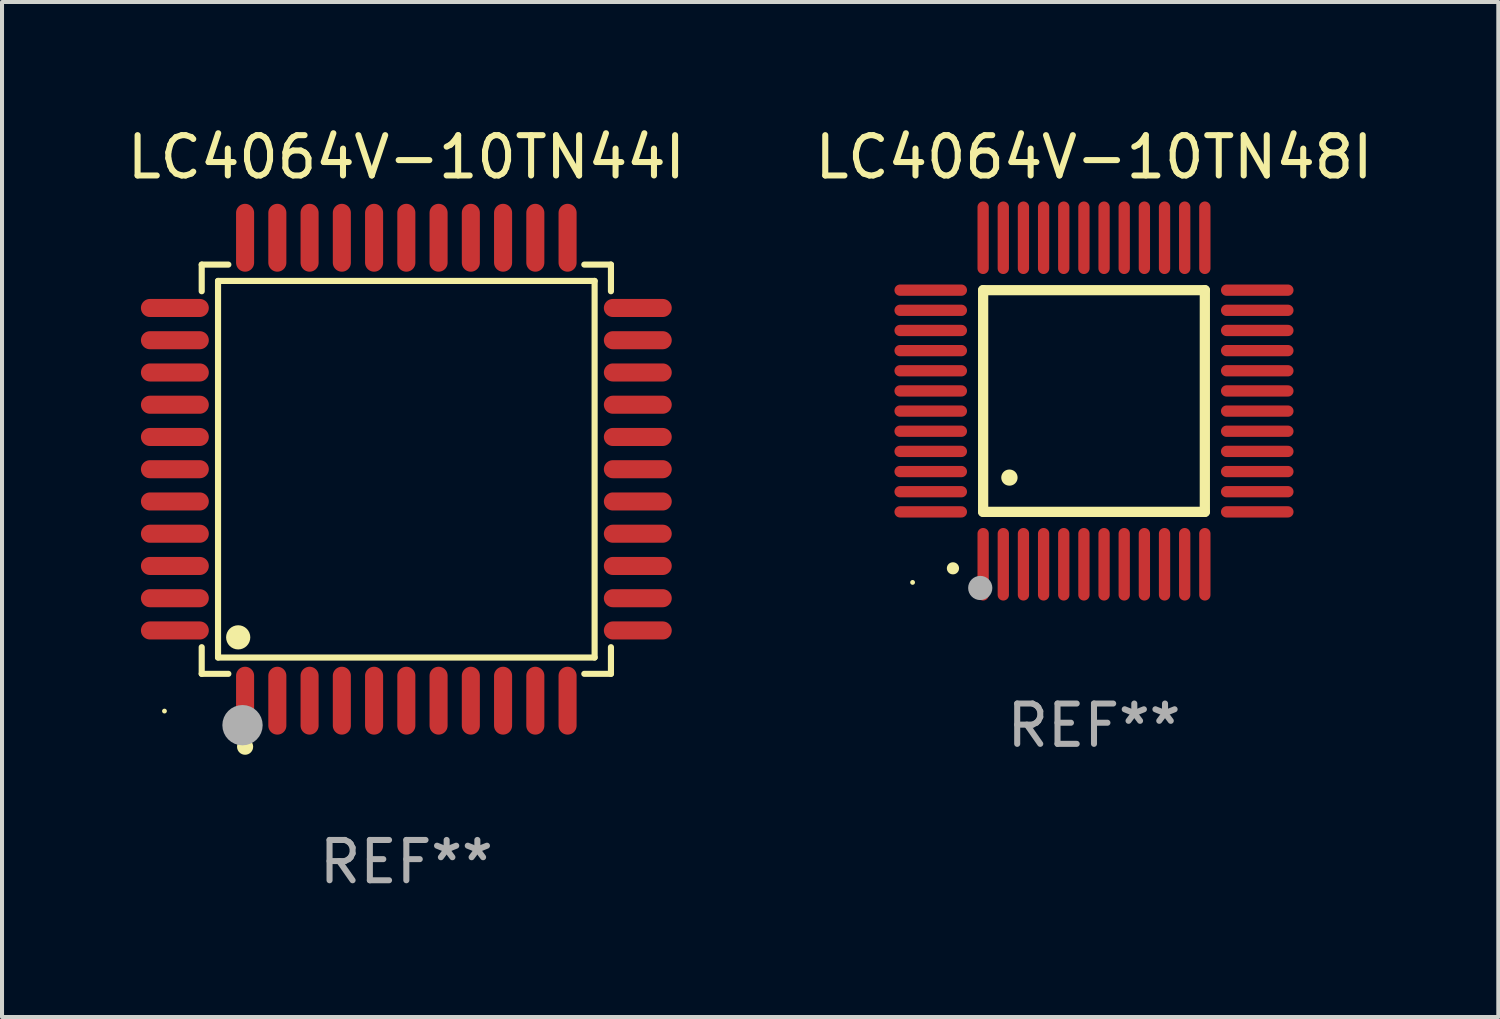
<source format=kicad_pcb>
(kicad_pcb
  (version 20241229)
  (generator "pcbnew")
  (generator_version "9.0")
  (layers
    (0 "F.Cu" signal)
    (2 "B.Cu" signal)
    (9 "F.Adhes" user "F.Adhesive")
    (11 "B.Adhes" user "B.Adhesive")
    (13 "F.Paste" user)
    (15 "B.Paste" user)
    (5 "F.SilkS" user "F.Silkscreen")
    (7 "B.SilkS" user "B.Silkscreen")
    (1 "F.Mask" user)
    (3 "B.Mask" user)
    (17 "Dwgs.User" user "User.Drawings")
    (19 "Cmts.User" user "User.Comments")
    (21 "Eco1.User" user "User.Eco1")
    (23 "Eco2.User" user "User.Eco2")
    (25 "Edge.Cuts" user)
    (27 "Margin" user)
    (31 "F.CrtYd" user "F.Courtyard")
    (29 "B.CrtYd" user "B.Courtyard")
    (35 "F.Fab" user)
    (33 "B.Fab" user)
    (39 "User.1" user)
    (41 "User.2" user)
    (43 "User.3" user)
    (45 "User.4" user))
  (footprint "LC4064V-10TN44I"
    (layer "F.Cu")
    (at 7.03 8.59)
    (property "Reference" "LC4064V-10TN44I" (at 0 -7.742 0) (layer "F.SilkS") (effects (font (size 1 1) (thickness 0.15))))
    (attr through_hole)
    (fp_line (start -5.076 -5.076) (end -4.415 -5.076) (stroke (width 0.152) (type solid)) (layer "F.SilkS"))
    (fp_line (start -5.076 -4.415) (end -5.076 -5.076) (stroke (width 0.152) (type solid)) (layer "F.SilkS"))
    (fp_line (start -5.076 4.415) (end -5.076 5.076) (stroke (width 0.152) (type solid)) (layer "F.SilkS"))
    (fp_line (start -5.076 5.076) (end -4.415 5.076) (stroke (width 0.152) (type solid)) (layer "F.SilkS"))
    (fp_line (start -4.671 -4.671) (end 4.671 -4.671) (stroke (width 0.152) (type solid)) (layer "F.SilkS"))
    (fp_line (start -4.671 4.671) (end -4.671 -4.671) (stroke (width 0.152) (type solid)) (layer "F.SilkS"))
    (fp_line (start 4.671 -4.671) (end 4.671 4.671) (stroke (width 0.152) (type solid)) (layer "F.SilkS"))
    (fp_line (start 4.671 4.671) (end -4.671 4.671) (stroke (width 0.152) (type solid)) (layer "F.SilkS"))
    (fp_line (start 5.076 -5.076) (end 4.415 -5.076) (stroke (width 0.152) (type solid)) (layer "F.SilkS"))
    (fp_line (start 5.076 -4.415) (end 5.076 -5.076) (stroke (width 0.152) (type solid)) (layer "F.SilkS"))
    (fp_line (start 5.076 4.415) (end 5.076 5.076) (stroke (width 0.152) (type solid)) (layer "F.SilkS"))
    (fp_line (start 5.076 5.076) (end 4.415 5.076) (stroke (width 0.152) (type solid)) (layer "F.SilkS"))
    (fp_circle (center -6 6) (end -5.97 6) (stroke (width 0.06) (type solid)) (fill no) (layer "F.SilkS"))
    (fp_circle (center -4.171 4.171) (end -4.021 4.171) (stroke (width 0.3) (type solid)) (fill no) (layer "F.SilkS"))
    (fp_circle (center -4 6.884) (end -3.9 6.884) (stroke (width 0.2) (type solid)) (fill no) (layer "F.SilkS"))
    (fp_circle (center -4.064 6.35) (end -3.814 6.35) (stroke (width 0.5) (type solid)) (fill no) (layer "F.Fab"))
    (fp_text user "REF**" (at 0 9.742 0) (layer "F.Fab") (effects (font (size 1 1) (thickness 0.15))))
    (pad "1" smd oval (at -4 5.742) (size 0.448 1.684) (layers "F.Cu" "F.Mask" "F.Paste"))
    (pad "2" smd oval (at -3.2 5.742) (size 0.448 1.684) (layers "F.Cu" "F.Mask" "F.Paste"))
    (pad "3" smd oval (at -2.4 5.742) (size 0.448 1.684) (layers "F.Cu" "F.Mask" "F.Paste"))
    (pad "4" smd oval (at -1.6 5.742) (size 0.448 1.684) (layers "F.Cu" "F.Mask" "F.Paste"))
    (pad "5" smd oval (at -0.8 5.742) (size 0.448 1.684) (layers "F.Cu" "F.Mask" "F.Paste"))
    (pad "6" smd oval (at 0 5.742) (size 0.448 1.684) (layers "F.Cu" "F.Mask" "F.Paste"))
    (pad "7" smd oval (at 0.8 5.742) (size 0.448 1.684) (layers "F.Cu" "F.Mask" "F.Paste"))
    (pad "8" smd oval (at 1.6 5.742) (size 0.448 1.684) (layers "F.Cu" "F.Mask" "F.Paste"))
    (pad "9" smd oval (at 2.4 5.742) (size 0.448 1.684) (layers "F.Cu" "F.Mask" "F.Paste"))
    (pad "10" smd oval (at 3.2 5.742) (size 0.448 1.684) (layers "F.Cu" "F.Mask" "F.Paste"))
    (pad "11" smd oval (at 4 5.742) (size 0.448 1.684) (layers "F.Cu" "F.Mask" "F.Paste"))
    (pad "12" smd oval (at 5.742 4) (size 1.684 0.448) (layers "F.Cu" "F.Mask" "F.Paste"))
    (pad "13" smd oval (at 5.742 3.2) (size 1.684 0.448) (layers "F.Cu" "F.Mask" "F.Paste"))
    (pad "14" smd oval (at 5.742 2.4) (size 1.684 0.448) (layers "F.Cu" "F.Mask" "F.Paste"))
    (pad "15" smd oval (at 5.742 1.6) (size 1.684 0.448) (layers "F.Cu" "F.Mask" "F.Paste"))
    (pad "16" smd oval (at 5.742 0.8) (size 1.684 0.448) (layers "F.Cu" "F.Mask" "F.Paste"))
    (pad "17" smd oval (at 5.742 0) (size 1.684 0.448) (layers "F.Cu" "F.Mask" "F.Paste"))
    (pad "18" smd oval (at 5.742 -0.8) (size 1.684 0.448) (layers "F.Cu" "F.Mask" "F.Paste"))
    (pad "19" smd oval (at 5.742 -1.6) (size 1.684 0.448) (layers "F.Cu" "F.Mask" "F.Paste"))
    (pad "20" smd oval (at 5.742 -2.4) (size 1.684 0.448) (layers "F.Cu" "F.Mask" "F.Paste"))
    (pad "21" smd oval (at 5.742 -3.2) (size 1.684 0.448) (layers "F.Cu" "F.Mask" "F.Paste"))
    (pad "22" smd oval (at 5.742 -4) (size 1.684 0.448) (layers "F.Cu" "F.Mask" "F.Paste"))
    (pad "23" smd oval (at 4 -5.742) (size 0.448 1.684) (layers "F.Cu" "F.Mask" "F.Paste"))
    (pad "24" smd oval (at 3.2 -5.742) (size 0.448 1.684) (layers "F.Cu" "F.Mask" "F.Paste"))
    (pad "25" smd oval (at 2.4 -5.742) (size 0.448 1.684) (layers "F.Cu" "F.Mask" "F.Paste"))
    (pad "26" smd oval (at 1.6 -5.742) (size 0.448 1.684) (layers "F.Cu" "F.Mask" "F.Paste"))
    (pad "27" smd oval (at 0.8 -5.742) (size 0.448 1.684) (layers "F.Cu" "F.Mask" "F.Paste"))
    (pad "28" smd oval (at 0 -5.742) (size 0.448 1.684) (layers "F.Cu" "F.Mask" "F.Paste"))
    (pad "29" smd oval (at -0.8 -5.742) (size 0.448 1.684) (layers "F.Cu" "F.Mask" "F.Paste"))
    (pad "30" smd oval (at -1.6 -5.742) (size 0.448 1.684) (layers "F.Cu" "F.Mask" "F.Paste"))
    (pad "31" smd oval (at -2.4 -5.742) (size 0.448 1.684) (layers "F.Cu" "F.Mask" "F.Paste"))
    (pad "32" smd oval (at -3.2 -5.742) (size 0.448 1.684) (layers "F.Cu" "F.Mask" "F.Paste"))
    (pad "33" smd oval (at -4 -5.742) (size 0.448 1.684) (layers "F.Cu" "F.Mask" "F.Paste"))
    (pad "34" smd oval (at -5.742 -4) (size 1.684 0.448) (layers "F.Cu" "F.Mask" "F.Paste"))
    (pad "35" smd oval (at -5.742 -3.2) (size 1.684 0.448) (layers "F.Cu" "F.Mask" "F.Paste"))
    (pad "36" smd oval (at -5.742 -2.4) (size 1.684 0.448) (layers "F.Cu" "F.Mask" "F.Paste"))
    (pad "37" smd oval (at -5.742 -1.6) (size 1.684 0.448) (layers "F.Cu" "F.Mask" "F.Paste"))
    (pad "38" smd oval (at -5.742 -0.8) (size 1.684 0.448) (layers "F.Cu" "F.Mask" "F.Paste"))
    (pad "39" smd oval (at -5.742 0) (size 1.684 0.448) (layers "F.Cu" "F.Mask" "F.Paste"))
    (pad "40" smd oval (at -5.742 0.8) (size 1.684 0.448) (layers "F.Cu" "F.Mask" "F.Paste"))
    (pad "41" smd oval (at -5.742 1.6) (size 1.684 0.448) (layers "F.Cu" "F.Mask" "F.Paste"))
    (pad "42" smd oval (at -5.742 2.4) (size 1.684 0.448) (layers "F.Cu" "F.Mask" "F.Paste"))
    (pad "43" smd oval (at -5.742 3.2) (size 1.684 0.448) (layers "F.Cu" "F.Mask" "F.Paste"))
    (pad "44" smd oval (at -5.742 4) (size 1.684 0.448) (layers "F.Cu" "F.Mask" "F.Paste")))
  (footprint "LC4064V-10TN48I"
    (layer "F.Cu")
    (at 24.089 6.898)
    (property "Reference" "LC4064V-10TN48I" (at 0 -6.05 0) (layer "F.SilkS") (effects (font (size 1 1) (thickness 0.15))))
    (attr through_hole)
    (fp_line (start -2.75 -2.75) (end 2.75 -2.75) (stroke (width 0.254) (type solid)) (layer "F.SilkS"))
    (fp_line (start -2.75 2.75) (end -2.75 -2.75) (stroke (width 0.254) (type solid)) (layer "F.SilkS"))
    (fp_line (start 2.75 -2.75) (end 2.75 2.75) (stroke (width 0.254) (type solid)) (layer "F.SilkS"))
    (fp_line (start 2.75 2.75) (end -2.75 2.75) (stroke (width 0.254) (type solid)) (layer "F.SilkS"))
    (fp_arc (start -3.500127 4.150368) (mid -3.498857 4.150363) (end -3.497587 4.150368) (stroke (width 0.3) (type solid)) (layer "F.SilkS"))
    (fp_arc (start -2.100584 1.899924) (mid -2.098044 1.899908) (end -2.095504 1.899924) (stroke (width 0.4) (type solid)) (layer "F.SilkS"))
    (fp_circle (center -4.5 4.5) (end -4.47 4.5) (stroke (width 0.06) (type solid)) (fill no) (layer "F.SilkS"))
    (fp_circle (center -2.822 4.638) (end -2.672 4.638) (stroke (width 0.3) (type solid)) (fill no) (layer "F.Fab"))
    (fp_text user "REF**" (at 0 8.05 0) (layer "F.Fab") (effects (font (size 1 1) (thickness 0.15))))
    (pad "1" smd oval (at -2.75 4.05) (size 0.28 1.8) (layers "F.Cu" "F.Mask" "F.Paste"))
    (pad "2" smd oval (at -2.25 4.05) (size 0.28 1.8) (layers "F.Cu" "F.Mask" "F.Paste"))
    (pad "3" smd oval (at -1.75 4.05) (size 0.28 1.8) (layers "F.Cu" "F.Mask" "F.Paste"))
    (pad "4" smd oval (at -1.25 4.05) (size 0.28 1.8) (layers "F.Cu" "F.Mask" "F.Paste"))
    (pad "5" smd oval (at -0.75 4.05) (size 0.28 1.8) (layers "F.Cu" "F.Mask" "F.Paste"))
    (pad "6" smd oval (at -0.25 4.05) (size 0.28 1.8) (layers "F.Cu" "F.Mask" "F.Paste"))
    (pad "7" smd oval (at 0.25 4.05) (size 0.28 1.8) (layers "F.Cu" "F.Mask" "F.Paste"))
    (pad "8" smd oval (at 0.75 4.05) (size 0.28 1.8) (layers "F.Cu" "F.Mask" "F.Paste"))
    (pad "9" smd oval (at 1.25 4.05) (size 0.28 1.8) (layers "F.Cu" "F.Mask" "F.Paste"))
    (pad "10" smd oval (at 1.75 4.05) (size 0.28 1.8) (layers "F.Cu" "F.Mask" "F.Paste"))
    (pad "11" smd oval (at 2.25 4.05) (size 0.28 1.8) (layers "F.Cu" "F.Mask" "F.Paste"))
    (pad "12" smd oval (at 2.75 4.05) (size 0.28 1.8) (layers "F.Cu" "F.Mask" "F.Paste"))
    (pad "13" smd oval (at 4.05 2.75) (size 1.8 0.28) (layers "F.Cu" "F.Mask" "F.Paste"))
    (pad "14" smd oval (at 4.05 2.25) (size 1.8 0.28) (layers "F.Cu" "F.Mask" "F.Paste"))
    (pad "15" smd oval (at 4.05 1.75) (size 1.8 0.28) (layers "F.Cu" "F.Mask" "F.Paste"))
    (pad "16" smd oval (at 4.05 1.25) (size 1.8 0.28) (layers "F.Cu" "F.Mask" "F.Paste"))
    (pad "17" smd oval (at 4.05 0.75) (size 1.8 0.28) (layers "F.Cu" "F.Mask" "F.Paste"))
    (pad "18" smd oval (at 4.05 0.25) (size 1.8 0.28) (layers "F.Cu" "F.Mask" "F.Paste"))
    (pad "19" smd oval (at 4.05 -0.25) (size 1.8 0.28) (layers "F.Cu" "F.Mask" "F.Paste"))
    (pad "20" smd oval (at 4.05 -0.75) (size 1.8 0.28) (layers "F.Cu" "F.Mask" "F.Paste"))
    (pad "21" smd oval (at 4.05 -1.25) (size 1.8 0.28) (layers "F.Cu" "F.Mask" "F.Paste"))
    (pad "22" smd oval (at 4.05 -1.75) (size 1.8 0.28) (layers "F.Cu" "F.Mask" "F.Paste"))
    (pad "23" smd oval (at 4.05 -2.25) (size 1.8 0.28) (layers "F.Cu" "F.Mask" "F.Paste"))
    (pad "24" smd oval (at 4.05 -2.75) (size 1.8 0.28) (layers "F.Cu" "F.Mask" "F.Paste"))
    (pad "25" smd oval (at 2.75 -4.05) (size 0.28 1.8) (layers "F.Cu" "F.Mask" "F.Paste"))
    (pad "26" smd oval (at 2.25 -4.05) (size 0.28 1.8) (layers "F.Cu" "F.Mask" "F.Paste"))
    (pad "27" smd oval (at 1.75 -4.05) (size 0.28 1.8) (layers "F.Cu" "F.Mask" "F.Paste"))
    (pad "28" smd oval (at 1.25 -4.05) (size 0.28 1.8) (layers "F.Cu" "F.Mask" "F.Paste"))
    (pad "29" smd oval (at 0.75 -4.05) (size 0.28 1.8) (layers "F.Cu" "F.Mask" "F.Paste"))
    (pad "30" smd oval (at 0.25 -4.05) (size 0.28 1.8) (layers "F.Cu" "F.Mask" "F.Paste"))
    (pad "31" smd oval (at -0.25 -4.05) (size 0.28 1.8) (layers "F.Cu" "F.Mask" "F.Paste"))
    (pad "32" smd oval (at -0.75 -4.05) (size 0.28 1.8) (layers "F.Cu" "F.Mask" "F.Paste"))
    (pad "33" smd oval (at -1.25 -4.05) (size 0.28 1.8) (layers "F.Cu" "F.Mask" "F.Paste"))
    (pad "34" smd oval (at -1.75 -4.05) (size 0.28 1.8) (layers "F.Cu" "F.Mask" "F.Paste"))
    (pad "35" smd oval (at -2.25 -4.05) (size 0.28 1.8) (layers "F.Cu" "F.Mask" "F.Paste"))
    (pad "36" smd oval (at -2.75 -4.05) (size 0.28 1.8) (layers "F.Cu" "F.Mask" "F.Paste"))
    (pad "37" smd oval (at -4.05 -2.75) (size 1.8 0.28) (layers "F.Cu" "F.Mask" "F.Paste"))
    (pad "38" smd oval (at -4.05 -2.25) (size 1.8 0.28) (layers "F.Cu" "F.Mask" "F.Paste"))
    (pad "39" smd oval (at -4.05 -1.75) (size 1.8 0.28) (layers "F.Cu" "F.Mask" "F.Paste"))
    (pad "40" smd oval (at -4.05 -1.25) (size 1.8 0.28) (layers "F.Cu" "F.Mask" "F.Paste"))
    (pad "41" smd oval (at -4.05 -0.75) (size 1.8 0.28) (layers "F.Cu" "F.Mask" "F.Paste"))
    (pad "42" smd oval (at -4.05 -0.25) (size 1.8 0.28) (layers "F.Cu" "F.Mask" "F.Paste"))
    (pad "43" smd oval (at -4.05 0.25) (size 1.8 0.28) (layers "F.Cu" "F.Mask" "F.Paste"))
    (pad "44" smd oval (at -4.05 0.75) (size 1.8 0.28) (layers "F.Cu" "F.Mask" "F.Paste"))
    (pad "45" smd oval (at -4.05 1.25) (size 1.8 0.28) (layers "F.Cu" "F.Mask" "F.Paste"))
    (pad "46" smd oval (at -4.05 1.75) (size 1.8 0.28) (layers "F.Cu" "F.Mask" "F.Paste"))
    (pad "47" smd oval (at -4.05 2.25) (size 1.8 0.28) (layers "F.Cu" "F.Mask" "F.Paste"))
    (pad "48" smd oval (at -4.05 2.75) (size 1.8 0.28) (layers "F.Cu" "F.Mask" "F.Paste")))
  (gr_rect
    (start -3 -3)
    (end 34.119 22.18)
    (stroke (width 0.1) (type default))
    (fill no)
    (layer "Edge.Cuts")))
</source>
